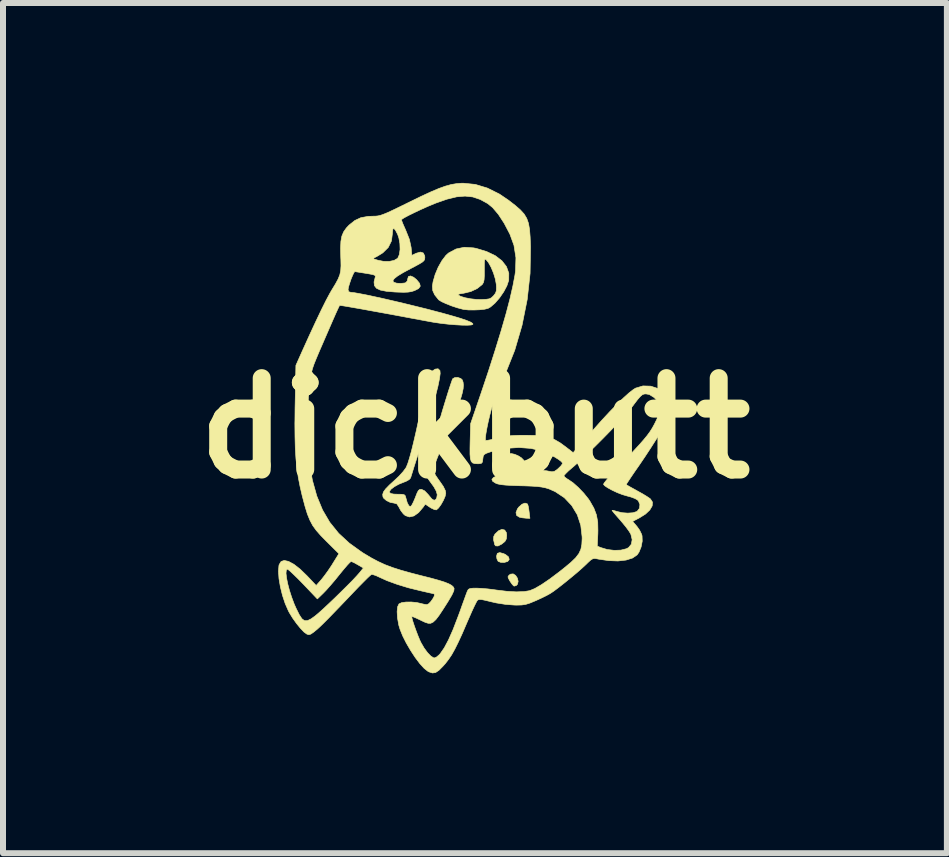
<source format=kicad_pcb>
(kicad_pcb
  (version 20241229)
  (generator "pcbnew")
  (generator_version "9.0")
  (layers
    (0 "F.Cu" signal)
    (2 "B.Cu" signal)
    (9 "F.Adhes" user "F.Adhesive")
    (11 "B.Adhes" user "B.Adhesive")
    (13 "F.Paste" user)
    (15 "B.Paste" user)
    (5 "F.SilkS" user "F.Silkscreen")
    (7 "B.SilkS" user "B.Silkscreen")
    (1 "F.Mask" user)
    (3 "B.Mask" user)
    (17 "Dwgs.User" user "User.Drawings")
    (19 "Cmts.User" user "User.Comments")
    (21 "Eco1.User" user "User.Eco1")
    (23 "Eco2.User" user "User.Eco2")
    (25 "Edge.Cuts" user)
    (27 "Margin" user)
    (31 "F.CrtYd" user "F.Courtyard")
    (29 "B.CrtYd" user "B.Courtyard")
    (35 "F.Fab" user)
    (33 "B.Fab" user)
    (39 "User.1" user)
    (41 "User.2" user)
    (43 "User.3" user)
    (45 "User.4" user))
  (footprint "dickbutt"
    (layer "F.Cu")
    (at 4.87 4.09)
    (property "Reference" "dickbutt" (at 0 0 0) (layer "F.SilkS") (effects (font (size 1.524 1.524) (thickness 0.3))))
    (attr through_hole)
    (fp_poly (pts (xy 0.479 2.092) (xy 0.51 2.107) (xy 0.56 2.147) (xy 0.571 2.189) (xy 0.546 2.222) (xy 0.487 2.239) (xy 0.429 2.237) (xy 0.389 2.221) (xy 0.386 2.219) (xy 0.366 2.179) (xy 0.36 2.134) (xy 0.373 2.087) (xy 0.413 2.074) (xy 0.479 2.092)) (stroke (width 0.01) (type solid)) (fill yes) (layer "F.SilkS"))
    (fp_poly (pts (xy 0.678 2.455) (xy 0.707 2.5) (xy 0.72 2.553) (xy 0.709 2.601) (xy 0.692 2.621) (xy 0.658 2.633) (xy 0.644 2.629) (xy 0.616 2.598) (xy 0.584 2.551) (xy 0.558 2.504) (xy 0.55 2.478) (xy 0.567 2.452) (xy 0.592 2.434) (xy 0.637 2.429) (xy 0.678 2.455)) (stroke (width 0.01) (type solid)) (fill yes) (layer "F.SilkS"))
    (fp_poly (pts (xy 0.495 1.698) (xy 0.523 1.74) (xy 0.529 1.784) (xy 0.523 1.846) (xy 0.5 1.888) (xy 0.449 1.93) (xy 0.445 1.933) (xy 0.384 1.964) (xy 0.344 1.962) (xy 0.329 1.942) (xy 0.31 1.861) (xy 0.313 1.805) (xy 0.334 1.765) (xy 0.393 1.71) (xy 0.449 1.687) (xy 0.495 1.698)) (stroke (width 0.01) (type solid)) (fill yes) (layer "F.SilkS"))
    (fp_poly (pts (xy 0.872 1.261) (xy 0.878 1.269) (xy 0.888 1.301) (xy 0.898 1.359) (xy 0.903 1.396) (xy 0.916 1.503) (xy 0.855 1.501) (xy 0.788 1.494) (xy 0.741 1.484) (xy 0.695 1.455) (xy 0.684 1.408) (xy 0.708 1.346) (xy 0.731 1.315) (xy 0.784 1.268) (xy 0.834 1.249) (xy 0.872 1.261)) (stroke (width 0.01) (type solid)) (fill yes) (layer "F.SilkS"))
    (fp_poly (pts (xy 0.661 0.435) (xy 0.72 0.46) (xy 0.773 0.493) (xy 0.811 0.532) (xy 0.822 0.558) (xy 0.813 0.605) (xy 0.777 0.65) (xy 0.73 0.676) (xy 0.716 0.677) (xy 0.673 0.663) (xy 0.634 0.634) (xy 0.588 0.571) (xy 0.557 0.497) (xy 0.55 0.454) (xy 0.566 0.428) (xy 0.606 0.423) (xy 0.661 0.435)) (stroke (width 0.01) (type solid)) (fill yes) (layer "F.SilkS"))
    (fp_poly (pts (xy -0.026 -3.007) (xy 0.018 -2.999) (xy 0.193 -2.946) (xy 0.338 -2.877) (xy 0.449 -2.792) (xy 0.525 -2.694) (xy 0.564 -2.585) (xy 0.563 -2.467) (xy 0.562 -2.463) (xy 0.532 -2.374) (xy 0.479 -2.274) (xy 0.411 -2.175) (xy 0.335 -2.087) (xy 0.26 -2.022) (xy 0.218 -1.998) (xy 0.162 -1.984) (xy 0.08 -1.975) (xy -0.016 -1.971) (xy -0.11 -1.972) (xy -0.187 -1.98) (xy -0.201 -1.983) (xy -0.292 -2.007) (xy -0.389 -2.039) (xy -0.48 -2.075) (xy -0.555 -2.109) (xy -0.602 -2.138) (xy -0.608 -2.144) (xy -0.671 -2.223) (xy -0.672 -2.225) (xy -0.285 -2.225) (xy -0.241 -2.199) (xy -0.167 -2.176) (xy -0.075 -2.158) (xy 0.023 -2.147) (xy 0.103 -2.145) (xy 0.185 -2.149) (xy 0.238 -2.157) (xy 0.273 -2.174) (xy 0.304 -2.203) (xy 0.312 -2.211) (xy 0.342 -2.251) (xy 0.356 -2.291) (xy 0.358 -2.347) (xy 0.355 -2.402) (xy 0.339 -2.489) (xy 0.309 -2.587) (xy 0.269 -2.683) (xy 0.225 -2.762) (xy 0.184 -2.812) (xy 0.17 -2.818) (xy 0.161 -2.806) (xy 0.157 -2.767) (xy 0.156 -2.697) (xy 0.156 -2.638) (xy 0.156 -2.541) (xy 0.152 -2.476) (xy 0.143 -2.434) (xy 0.126 -2.403) (xy 0.116 -2.392) (xy 0.037 -2.329) (xy -0.069 -2.279) (xy -0.186 -2.251) (xy -0.192 -2.25) (xy -0.25 -2.241) (xy -0.282 -2.23) (xy -0.285 -2.225) (xy -0.672 -2.225) (xy -0.704 -2.294) (xy -0.71 -2.369) (xy -0.699 -2.441) (xy -0.664 -2.563) (xy -0.613 -2.684) (xy -0.551 -2.794) (xy -0.485 -2.881) (xy -0.441 -2.921) (xy -0.316 -2.988) (xy -0.179 -3.017) (xy -0.026 -3.007)) (stroke (width 0.01) (type solid)) (fill yes) (layer "F.SilkS"))
    (fp_poly (pts (xy -0.585 -0.962) (xy -0.584 -0.96) (xy -0.58 -0.912) (xy -0.592 -0.824) (xy -0.618 -0.697) (xy -0.66 -0.532) (xy -0.716 -0.328) (xy -0.787 -0.087) (xy -0.873 0.193) (xy -0.942 0.413) (xy -0.981 0.535) (xy -1.016 0.644) (xy -1.044 0.735) (xy -1.064 0.799) (xy -1.074 0.83) (xy -1.099 0.858) (xy -1.151 0.887) (xy -1.183 0.899) (xy -1.27 0.934) (xy -1.344 0.975) (xy -1.399 1.017) (xy -1.426 1.054) (xy -1.426 1.069) (xy -1.404 1.089) (xy -1.353 1.099) (xy -1.289 1.101) (xy -1.219 1.102) (xy -1.181 1.109) (xy -1.162 1.127) (xy -1.153 1.159) (xy -1.129 1.243) (xy -1.102 1.294) (xy -1.075 1.307) (xy -1.074 1.307) (xy -1.054 1.284) (xy -1.027 1.232) (xy -0.997 1.162) (xy -0.995 1.156) (xy -0.966 1.082) (xy -0.944 1.04) (xy -0.922 1.022) (xy -0.894 1.02) (xy -0.89 1.02) (xy -0.839 1.045) (xy -0.782 1.104) (xy -0.773 1.115) (xy -0.721 1.178) (xy -0.682 1.202) (xy -0.653 1.189) (xy -0.637 1.159) (xy -0.629 1.108) (xy -0.645 1.05) (xy -0.686 0.976) (xy -0.747 0.892) (xy -0.796 0.823) (xy -0.824 0.766) (xy -0.838 0.704) (xy -0.842 0.648) (xy -0.843 0.57) (xy -0.833 0.496) (xy -0.81 0.412) (xy -0.786 0.345) (xy -0.749 0.25) (xy -0.709 0.154) (xy -0.674 0.077) (xy -0.668 0.067) (xy -0.634 -0.012) (xy -0.598 -0.108) (xy -0.574 -0.183) (xy -0.544 -0.287) (xy -0.51 -0.399) (xy -0.475 -0.513) (xy -0.442 -0.619) (xy -0.412 -0.711) (xy -0.388 -0.781) (xy -0.374 -0.82) (xy -0.371 -0.824) (xy -0.337 -0.844) (xy -0.286 -0.846) (xy -0.237 -0.829) (xy -0.212 -0.806) (xy -0.198 -0.767) (xy -0.193 -0.72) (xy -0.197 -0.659) (xy -0.213 -0.582) (xy -0.241 -0.485) (xy -0.282 -0.365) (xy -0.338 -0.218) (xy -0.408 -0.041) (xy -0.495 0.17) (xy -0.531 0.257) (xy -0.582 0.38) (xy -0.627 0.491) (xy -0.663 0.585) (xy -0.687 0.655) (xy -0.698 0.693) (xy -0.699 0.697) (xy -0.686 0.732) (xy -0.654 0.79) (xy -0.607 0.859) (xy -0.593 0.878) (xy -0.529 0.97) (xy -0.495 1.039) (xy -0.487 1.084) (xy -0.498 1.137) (xy -0.527 1.204) (xy -0.566 1.273) (xy -0.607 1.33) (xy -0.642 1.361) (xy -0.644 1.362) (xy -0.677 1.357) (xy -0.728 1.333) (xy -0.751 1.319) (xy -0.829 1.266) (xy -0.863 1.316) (xy -0.941 1.408) (xy -1.018 1.463) (xy -1.093 1.48) (xy -1.162 1.457) (xy -1.195 1.428) (xy -1.239 1.37) (xy -1.27 1.312) (xy -1.302 1.263) (xy -1.348 1.249) (xy -1.414 1.237) (xy -1.477 1.206) (xy -1.523 1.166) (xy -1.534 1.146) (xy -1.539 1.106) (xy -1.526 1.063) (xy -1.49 1.013) (xy -1.427 0.948) (xy -1.35 0.878) (xy -1.266 0.799) (xy -1.198 0.724) (xy -1.152 0.662) (xy -1.144 0.647) (xy -1.119 0.585) (xy -1.091 0.495) (xy -1.058 0.376) (xy -1.021 0.225) (xy -0.978 0.04) (xy -0.93 -0.183) (xy -0.887 -0.389) (xy -0.854 -0.549) (xy -0.827 -0.672) (xy -0.805 -0.764) (xy -0.787 -0.831) (xy -0.771 -0.878) (xy -0.755 -0.91) (xy -0.738 -0.932) (xy -0.724 -0.945) (xy -0.663 -0.985) (xy -0.615 -0.991) (xy -0.585 -0.962)) (stroke (width 0.01) (type solid)) (fill yes) (layer "F.SilkS"))
    (fp_poly (pts (xy 0.006 -4.065) (xy 0.207 -4.004) (xy 0.408 -3.904) (xy 0.56 -3.801) (xy 0.671 -3.715) (xy 0.756 -3.641) (xy 0.819 -3.572) (xy 0.863 -3.499) (xy 0.892 -3.417) (xy 0.91 -3.315) (xy 0.92 -3.187) (xy 0.926 -3.025) (xy 0.926 -3.016) (xy 0.919 -2.581) (xy 0.871 -2.146) (xy 0.785 -1.717) (xy 0.663 -1.3) (xy 0.504 -0.901) (xy 0.484 -0.859) (xy 0.428 -0.732) (xy 0.372 -0.598) (xy 0.323 -0.471) (xy 0.287 -0.363) (xy 0.277 -0.33) (xy 0.247 -0.217) (xy 0.22 -0.103) (xy 0.198 0.004) (xy 0.182 0.095) (xy 0.174 0.163) (xy 0.174 0.2) (xy 0.176 0.204) (xy 0.2 0.204) (xy 0.255 0.194) (xy 0.331 0.177) (xy 0.374 0.166) (xy 0.463 0.144) (xy 0.547 0.13) (xy 0.636 0.122) (xy 0.745 0.118) (xy 0.857 0.118) (xy 1.012 0.121) (xy 1.136 0.133) (xy 1.238 0.155) (xy 1.329 0.191) (xy 1.419 0.243) (xy 1.512 0.311) (xy 1.637 0.408) (xy 1.702 0.335) (xy 1.74 0.293) (xy 1.798 0.227) (xy 1.87 0.145) (xy 1.949 0.055) (xy 1.979 0.02) (xy 2.114 -0.132) (xy 2.244 -0.272) (xy 2.366 -0.397) (xy 2.475 -0.504) (xy 2.568 -0.588) (xy 2.641 -0.645) (xy 2.678 -0.668) (xy 2.801 -0.705) (xy 2.932 -0.701) (xy 3.064 -0.657) (xy 3.089 -0.645) (xy 3.192 -0.573) (xy 3.255 -0.489) (xy 3.28 -0.391) (xy 3.267 -0.275) (xy 3.242 -0.195) (xy 3.215 -0.138) (xy 3.167 -0.051) (xy 3.101 0.058) (xy 3.022 0.186) (xy 2.932 0.327) (xy 2.835 0.475) (xy 2.734 0.624) (xy 2.662 0.727) (xy 2.607 0.808) (xy 2.562 0.876) (xy 2.532 0.922) (xy 2.523 0.942) (xy 2.523 0.942) (xy 2.543 0.954) (xy 2.592 0.982) (xy 2.661 1.02) (xy 2.709 1.047) (xy 2.792 1.093) (xy 2.863 1.136) (xy 2.912 1.169) (xy 2.926 1.18) (xy 2.96 1.233) (xy 2.955 1.296) (xy 2.915 1.364) (xy 2.843 1.432) (xy 2.744 1.494) (xy 2.629 1.554) (xy 2.701 1.638) (xy 2.746 1.702) (xy 2.779 1.77) (xy 2.786 1.796) (xy 2.789 1.884) (xy 2.77 1.981) (xy 2.735 2.067) (xy 2.704 2.112) (xy 2.627 2.165) (xy 2.519 2.199) (xy 2.384 2.214) (xy 2.228 2.208) (xy 2.058 2.183) (xy 2.045 2.18) (xy 2.001 2.172) (xy 1.967 2.176) (xy 1.931 2.197) (xy 1.883 2.241) (xy 1.855 2.269) (xy 1.786 2.333) (xy 1.697 2.411) (xy 1.596 2.495) (xy 1.493 2.579) (xy 1.395 2.656) (xy 1.311 2.719) (xy 1.252 2.758) (xy 1.196 2.789) (xy 1.115 2.829) (xy 1.026 2.87) (xy 1.005 2.879) (xy 0.916 2.916) (xy 0.846 2.938) (xy 0.778 2.948) (xy 0.694 2.95) (xy 0.656 2.949) (xy 0.511 2.938) (xy 0.353 2.913) (xy 0.27 2.894) (xy 0.176 2.871) (xy 0.113 2.858) (xy 0.075 2.856) (xy 0.052 2.862) (xy 0.036 2.876) (xy 0.019 2.907) (xy -0.012 2.969) (xy -0.052 3.055) (xy -0.098 3.16) (xy -0.137 3.249) (xy -0.213 3.426) (xy -0.279 3.569) (xy -0.336 3.684) (xy -0.389 3.779) (xy -0.442 3.857) (xy -0.496 3.927) (xy -0.532 3.967) (xy -0.601 4.037) (xy -0.656 4.074) (xy -0.708 4.082) (xy -0.765 4.064) (xy -0.786 4.053) (xy -0.847 4.005) (xy -0.919 3.926) (xy -0.996 3.824) (xy -1.072 3.708) (xy -1.144 3.585) (xy -1.205 3.464) (xy -1.25 3.352) (xy -1.27 3.286) (xy -1.292 3.164) (xy -1.298 3.058) (xy -1.29 2.978) (xy -1.267 2.93) (xy -1.223 2.909) (xy -1.151 2.899) (xy -1.063 2.898) (xy -0.971 2.907) (xy -0.91 2.921) (xy -0.851 2.935) (xy -0.805 2.942) (xy -0.802 2.942) (xy -0.772 2.928) (xy -0.737 2.892) (xy -0.704 2.846) (xy -0.68 2.802) (xy -0.675 2.771) (xy -0.682 2.763) (xy -0.713 2.755) (xy -0.776 2.741) (xy -0.859 2.722) (xy -0.919 2.708) (xy -1.114 2.66) (xy -1.3 2.603) (xy -1.467 2.542) (xy -1.584 2.489) (xy -1.649 2.459) (xy -1.702 2.441) (xy -1.725 2.438) (xy -1.747 2.455) (xy -1.793 2.498) (xy -1.86 2.565) (xy -1.943 2.649) (xy -2.038 2.748) (xy -2.133 2.848) (xy -2.243 2.963) (xy -2.35 3.074) (xy -2.448 3.175) (xy -2.533 3.26) (xy -2.599 3.323) (xy -2.633 3.354) (xy -2.697 3.406) (xy -2.739 3.434) (xy -2.77 3.443) (xy -2.799 3.435) (xy -2.804 3.433) (xy -2.851 3.399) (xy -2.91 3.337) (xy -2.976 3.256) (xy -3.041 3.165) (xy -3.097 3.073) (xy -3.112 3.044) (xy -3.165 2.923) (xy -3.21 2.787) (xy -3.245 2.645) (xy -3.268 2.509) (xy -3.274 2.419) (xy -3.151 2.419) (xy -3.142 2.497) (xy -3.123 2.593) (xy -3.094 2.703) (xy -3.057 2.818) (xy -3.014 2.933) (xy -2.982 3.005) (xy -2.93 3.11) (xy -2.886 3.177) (xy -2.842 3.21) (xy -2.793 3.209) (xy -2.732 3.179) (xy -2.664 3.13) (xy -2.608 3.083) (xy -2.53 3.013) (xy -2.436 2.925) (xy -2.333 2.827) (xy -2.229 2.725) (xy -2.129 2.626) (xy -2.04 2.536) (xy -1.97 2.461) (xy -1.924 2.409) (xy -1.861 2.331) (xy -1.954 2.277) (xy -2.011 2.245) (xy -2.054 2.226) (xy -2.066 2.223) (xy -2.086 2.238) (xy -2.127 2.281) (xy -2.182 2.345) (xy -2.247 2.424) (xy -2.259 2.439) (xy -2.334 2.532) (xy -2.411 2.622) (xy -2.479 2.699) (xy -2.53 2.752) (xy -2.628 2.847) (xy -2.865 2.598) (xy -2.947 2.514) (xy -3.02 2.443) (xy -3.078 2.388) (xy -3.117 2.356) (xy -3.128 2.349) (xy -3.146 2.368) (xy -3.151 2.419) (xy -3.274 2.419) (xy -3.277 2.388) (xy -3.269 2.292) (xy -3.265 2.275) (xy -3.233 2.223) (xy -3.181 2.205) (xy -3.109 2.221) (xy -3.02 2.269) (xy -2.917 2.349) (xy -2.802 2.46) (xy -2.786 2.477) (xy -2.648 2.623) (xy -2.562 2.526) (xy -2.511 2.461) (xy -2.449 2.376) (xy -2.388 2.285) (xy -2.373 2.26) (xy -2.269 2.092) (xy -2.476 1.887) (xy -2.571 1.79) (xy -2.646 1.705) (xy -2.706 1.622) (xy -2.753 1.533) (xy -2.795 1.43) (xy -2.834 1.303) (xy -2.876 1.145) (xy -2.882 1.122) (xy -2.917 0.97) (xy -2.946 0.822) (xy -2.968 0.671) (xy -2.985 0.511) (xy -2.996 0.336) (xy -3.001 0.14) (xy -3.003 -0.084) (xy -3.002 -0.126) (xy -2.792 -0.126) (xy -2.792 0.08) (xy -2.786 0.276) (xy -2.776 0.451) (xy -2.763 0.572) (xy -2.711 0.868) (xy -2.638 1.13) (xy -2.542 1.363) (xy -2.422 1.568) (xy -2.274 1.752) (xy -2.095 1.917) (xy -1.884 2.069) (xy -1.85 2.09) (xy -1.728 2.163) (xy -1.615 2.223) (xy -1.5 2.276) (xy -1.376 2.323) (xy -1.235 2.368) (xy -1.067 2.415) (xy -0.901 2.458) (xy -0.734 2.5) (xy -0.604 2.536) (xy -0.506 2.567) (xy -0.436 2.595) (xy -0.389 2.621) (xy -0.361 2.647) (xy -0.348 2.672) (xy -0.353 2.712) (xy -0.385 2.782) (xy -0.443 2.88) (xy -0.452 2.895) (xy -0.535 3.025) (xy -0.6 3.123) (xy -0.652 3.191) (xy -0.697 3.233) (xy -0.738 3.253) (xy -0.781 3.253) (xy -0.831 3.237) (xy -0.893 3.208) (xy -0.913 3.198) (xy -0.979 3.167) (xy -1.029 3.146) (xy -1.052 3.141) (xy -1.053 3.141) (xy -1.051 3.165) (xy -1.037 3.218) (xy -1.013 3.291) (xy -0.983 3.375) (xy -0.951 3.459) (xy -0.92 3.534) (xy -0.899 3.578) (xy -0.848 3.666) (xy -0.791 3.743) (xy -0.736 3.8) (xy -0.689 3.829) (xy -0.677 3.831) (xy -0.641 3.816) (xy -0.595 3.777) (xy -0.576 3.755) (xy -0.511 3.661) (xy -0.441 3.529) (xy -0.365 3.357) (xy -0.283 3.144) (xy -0.255 3.069) (xy -0.216 2.959) (xy -0.18 2.86) (xy -0.151 2.78) (xy -0.131 2.727) (xy -0.126 2.715) (xy -0.111 2.688) (xy -0.084 2.674) (xy -0.035 2.668) (xy 0.026 2.667) (xy 0.109 2.671) (xy 0.215 2.68) (xy 0.325 2.694) (xy 0.36 2.699) (xy 0.534 2.72) (xy 0.69 2.729) (xy 0.822 2.724) (xy 0.912 2.709) (xy 0.997 2.674) (xy 1.109 2.609) (xy 1.247 2.515) (xy 1.409 2.393) (xy 1.487 2.331) (xy 1.598 2.239) (xy 1.679 2.161) (xy 1.733 2.09) (xy 1.766 2.018) (xy 1.782 1.936) (xy 1.787 1.836) (xy 1.786 1.809) (xy 1.764 1.618) (xy 1.706 1.443) (xy 1.613 1.289) (xy 1.49 1.159) (xy 1.338 1.058) (xy 1.234 1.012) (xy 1.178 0.995) (xy 1.116 0.982) (xy 1.041 0.972) (xy 0.944 0.966) (xy 0.816 0.961) (xy 0.762 0.96) (xy 0.619 0.955) (xy 0.512 0.949) (xy 0.435 0.941) (xy 0.38 0.93) (xy 0.343 0.916) (xy 0.294 0.884) (xy 0.282 0.853) (xy 0.309 0.822) (xy 0.366 0.794) (xy 1.483 0.794) (xy 1.499 0.817) (xy 1.54 0.847) (xy 1.553 0.854) (xy 1.634 0.909) (xy 1.724 0.989) (xy 1.814 1.083) (xy 1.891 1.179) (xy 1.914 1.213) (xy 1.982 1.332) (xy 2.025 1.445) (xy 2.047 1.565) (xy 2.05 1.707) (xy 2.049 1.757) (xy 2.039 1.966) (xy 2.096 1.99) (xy 2.206 2.023) (xy 2.323 2.037) (xy 2.433 2.033) (xy 2.525 2.01) (xy 2.561 1.991) (xy 2.607 1.935) (xy 2.621 1.859) (xy 2.601 1.774) (xy 2.591 1.753) (xy 2.561 1.706) (xy 2.511 1.639) (xy 2.449 1.564) (xy 2.421 1.531) (xy 2.363 1.465) (xy 2.317 1.412) (xy 2.291 1.378) (xy 2.286 1.37) (xy 2.304 1.37) (xy 2.347 1.382) (xy 2.365 1.388) (xy 2.453 1.409) (xy 2.548 1.416) (xy 2.635 1.41) (xy 2.699 1.389) (xy 2.705 1.385) (xy 2.743 1.336) (xy 2.75 1.273) (xy 2.726 1.214) (xy 2.711 1.198) (xy 2.669 1.173) (xy 2.602 1.148) (xy 2.536 1.13) (xy 2.458 1.107) (xy 2.372 1.074) (xy 2.287 1.034) (xy 2.214 0.994) (xy 2.162 0.959) (xy 2.143 0.936) (xy 2.154 0.914) (xy 2.191 0.867) (xy 2.248 0.801) (xy 2.321 0.721) (xy 2.386 0.652) (xy 2.529 0.503) (xy 2.645 0.379) (xy 2.739 0.277) (xy 2.813 0.193) (xy 2.872 0.121) (xy 2.918 0.058) (xy 2.955 -0.000084) (xy 2.987 -0.058) (xy 2.994 -0.071) (xy 3.035 -0.155) (xy 3.058 -0.216) (xy 3.067 -0.268) (xy 3.065 -0.326) (xy 3.064 -0.341) (xy 3.052 -0.417) (xy 3.027 -0.469) (xy 2.987 -0.512) (xy 2.907 -0.562) (xy 2.85 -0.572) (xy 2.817 -0.569) (xy 2.788 -0.556) (xy 2.756 -0.528) (xy 2.713 -0.479) (xy 2.655 -0.403) (xy 2.635 -0.376) (xy 2.574 -0.3) (xy 2.487 -0.201) (xy 2.381 -0.085) (xy 2.261 0.041) (xy 2.133 0.172) (xy 2.003 0.302) (xy 1.877 0.425) (xy 1.76 0.535) (xy 1.659 0.626) (xy 1.624 0.656) (xy 1.56 0.711) (xy 1.512 0.758) (xy 1.485 0.789) (xy 1.483 0.794) (xy 0.366 0.794) (xy 0.375 0.79) (xy 0.445 0.765) (xy 0.547 0.74) (xy 0.675 0.72) (xy 0.817 0.706) (xy 0.959 0.7) (xy 1.089 0.701) (xy 1.195 0.71) (xy 1.224 0.716) (xy 1.283 0.727) (xy 1.324 0.72) (xy 1.366 0.692) (xy 1.388 0.673) (xy 1.432 0.63) (xy 1.458 0.594) (xy 1.46 0.584) (xy 1.442 0.558) (xy 1.394 0.521) (xy 1.324 0.478) (xy 1.241 0.435) (xy 1.154 0.396) (xy 1.111 0.38) (xy 0.933 0.337) (xy 0.733 0.322) (xy 0.524 0.336) (xy 0.315 0.378) (xy 0.254 0.396) (xy 0.188 0.419) (xy 0.153 0.44) (xy 0.137 0.469) (xy 0.131 0.513) (xy 0.124 0.565) (xy 0.105 0.587) (xy 0.061 0.593) (xy 0.044 0.593) (xy -0.005 0.59) (xy -0.04 0.579) (xy -0.063 0.553) (xy -0.077 0.507) (xy -0.083 0.434) (xy -0.083 0.33) (xy -0.081 0.228) (xy -0.073 -0.074) (xy 0.101 -0.582) (xy 0.227 -0.958) (xy 0.338 -1.305) (xy 0.435 -1.621) (xy 0.517 -1.905) (xy 0.583 -2.156) (xy 0.632 -2.371) (xy 0.666 -2.55) (xy 0.676 -2.621) (xy 0.683 -2.842) (xy 0.65 -3.05) (xy 0.582 -3.236) (xy 0.487 -3.417) (xy 0.39 -3.566) (xy 0.294 -3.679) (xy 0.212 -3.746) (xy 0.088 -3.814) (xy -0.036 -3.856) (xy -0.165 -3.87) (xy -0.306 -3.858) (xy -0.466 -3.819) (xy -0.652 -3.754) (xy -0.674 -3.745) (xy -0.785 -3.699) (xy -0.899 -3.648) (xy -1.009 -3.596) (xy -1.105 -3.549) (xy -1.18 -3.509) (xy -1.224 -3.48) (xy -1.226 -3.479) (xy -1.221 -3.458) (xy -1.202 -3.408) (xy -1.171 -3.338) (xy -1.155 -3.302) (xy -1.094 -3.149) (xy -1.065 -3.016) (xy -1.064 -3.007) (xy -1.053 -2.882) (xy -0.98 -2.917) (xy -0.91 -2.937) (xy -0.862 -2.922) (xy -0.838 -2.873) (xy -0.836 -2.845) (xy -0.839 -2.817) (xy -0.851 -2.793) (xy -0.88 -2.768) (xy -0.931 -2.737) (xy -1.01 -2.694) (xy -1.064 -2.666) (xy -1.195 -2.596) (xy -1.289 -2.539) (xy -1.346 -2.494) (xy -1.368 -2.46) (xy -1.358 -2.436) (xy -1.355 -2.434) (xy -1.306 -2.418) (xy -1.238 -2.414) (xy -1.173 -2.421) (xy -1.155 -2.426) (xy -1.129 -2.455) (xy -1.122 -2.489) (xy -1.109 -2.53) (xy -1.074 -2.539) (xy -1.023 -2.517) (xy -0.974 -2.477) (xy -0.924 -2.416) (xy -0.912 -2.368) (xy -0.941 -2.328) (xy -1.006 -2.295) (xy -1.059 -2.278) (xy -1.116 -2.269) (xy -1.189 -2.266) (xy -1.289 -2.269) (xy -1.338 -2.271) (xy -1.477 -2.283) (xy -1.578 -2.303) (xy -1.643 -2.334) (xy -1.677 -2.378) (xy -1.683 -2.438) (xy -1.665 -2.511) (xy -1.66 -2.534) (xy -1.67 -2.549) (xy -1.702 -2.561) (xy -1.764 -2.573) (xy -1.819 -2.582) (xy -1.9 -2.595) (xy -1.964 -2.605) (xy -2 -2.611) (xy -2.003 -2.611) (xy -2.018 -2.595) (xy -2.04 -2.549) (xy -2.066 -2.487) (xy -2.089 -2.419) (xy -2.108 -2.357) (xy -2.116 -2.314) (xy -2.116 -2.312) (xy -2.106 -2.276) (xy -2.069 -2.265) (xy -2.064 -2.265) (xy -2.015 -2.26) (xy -1.93 -2.245) (xy -1.815 -2.223) (xy -1.675 -2.193) (xy -1.516 -2.158) (xy -1.343 -2.118) (xy -1.162 -2.075) (xy -0.978 -2.03) (xy -0.796 -1.985) (xy -0.622 -1.939) (xy -0.563 -1.924) (xy -0.381 -1.873) (xy -0.239 -1.831) (xy -0.135 -1.795) (xy -0.068 -1.767) (xy -0.036 -1.744) (xy -0.035 -1.731) (xy -0.062 -1.721) (xy -0.125 -1.717) (xy -0.214 -1.718) (xy -0.322 -1.724) (xy -0.443 -1.734) (xy -0.567 -1.748) (xy -0.689 -1.766) (xy -0.751 -1.777) (xy -1.058 -1.834) (xy -1.324 -1.884) (xy -1.553 -1.926) (xy -1.746 -1.961) (xy -1.905 -1.99) (xy -2.032 -2.012) (xy -2.129 -2.029) (xy -2.197 -2.04) (xy -2.239 -2.046) (xy -2.257 -2.046) (xy -2.258 -2.046) (xy -2.266 -2.031) (xy -2.285 -1.991) (xy -2.315 -1.926) (xy -2.357 -1.831) (xy -2.412 -1.705) (xy -2.481 -1.546) (xy -2.566 -1.35) (xy -2.594 -1.286) (xy -2.645 -1.165) (xy -2.683 -1.071) (xy -2.71 -0.993) (xy -2.728 -0.919) (xy -2.743 -0.839) (xy -2.756 -0.74) (xy -2.761 -0.693) (xy -2.777 -0.524) (xy -2.787 -0.331) (xy -2.792 -0.126) (xy -3.002 -0.126) (xy -3 -0.342) (xy -2.998 -0.434) (xy -2.986 -1.048) (xy -2.882 -1.281) (xy -2.762 -1.546) (xy -2.656 -1.775) (xy -2.564 -1.968) (xy -2.486 -2.125) (xy -2.423 -2.243) (xy -2.392 -2.297) (xy -2.327 -2.404) (xy -2.282 -2.487) (xy -2.254 -2.557) (xy -2.239 -2.627) (xy -2.234 -2.707) (xy -2.236 -2.809) (xy -2.237 -2.828) (xy -1.704 -2.828) (xy -1.619 -2.801) (xy -1.524 -2.782) (xy -1.429 -2.781) (xy -1.348 -2.798) (xy -1.292 -2.831) (xy -1.287 -2.836) (xy -1.261 -2.895) (xy -1.249 -2.98) (xy -1.252 -3.077) (xy -1.269 -3.172) (xy -1.289 -3.231) (xy -1.326 -3.301) (xy -1.352 -3.331) (xy -1.369 -3.319) (xy -1.376 -3.267) (xy -1.376 -3.252) (xy -1.393 -3.122) (xy -1.446 -3.014) (xy -1.537 -2.924) (xy -1.619 -2.873) (xy -1.704 -2.828) (xy -2.237 -2.828) (xy -2.238 -2.855) (xy -2.241 -3.001) (xy -2.236 -3.114) (xy -2.22 -3.202) (xy -2.19 -3.274) (xy -2.145 -3.338) (xy -2.099 -3.387) (xy -2.004 -3.463) (xy -1.903 -3.51) (xy -1.782 -3.532) (xy -1.698 -3.535) (xy -1.656 -3.536) (xy -1.617 -3.54) (xy -1.574 -3.55) (xy -1.523 -3.568) (xy -1.457 -3.595) (xy -1.371 -3.635) (xy -1.259 -3.689) (xy -1.116 -3.759) (xy -1.081 -3.776) (xy -0.893 -3.868) (xy -0.737 -3.94) (xy -0.605 -3.996) (xy -0.494 -4.036) (xy -0.397 -4.063) (xy -0.308 -4.078) (xy -0.222 -4.085) (xy -0.193 -4.085) (xy 0.006 -4.065)) (stroke (width 0.01) (type solid)) (fill yes) (layer "F.SilkS")))
  (gr_rect
    (start -3 -3)
    (end 12.739 11.177)
    (stroke (width 0.1) (type default))
    (fill no)
    (layer "Edge.Cuts")))
</source>
